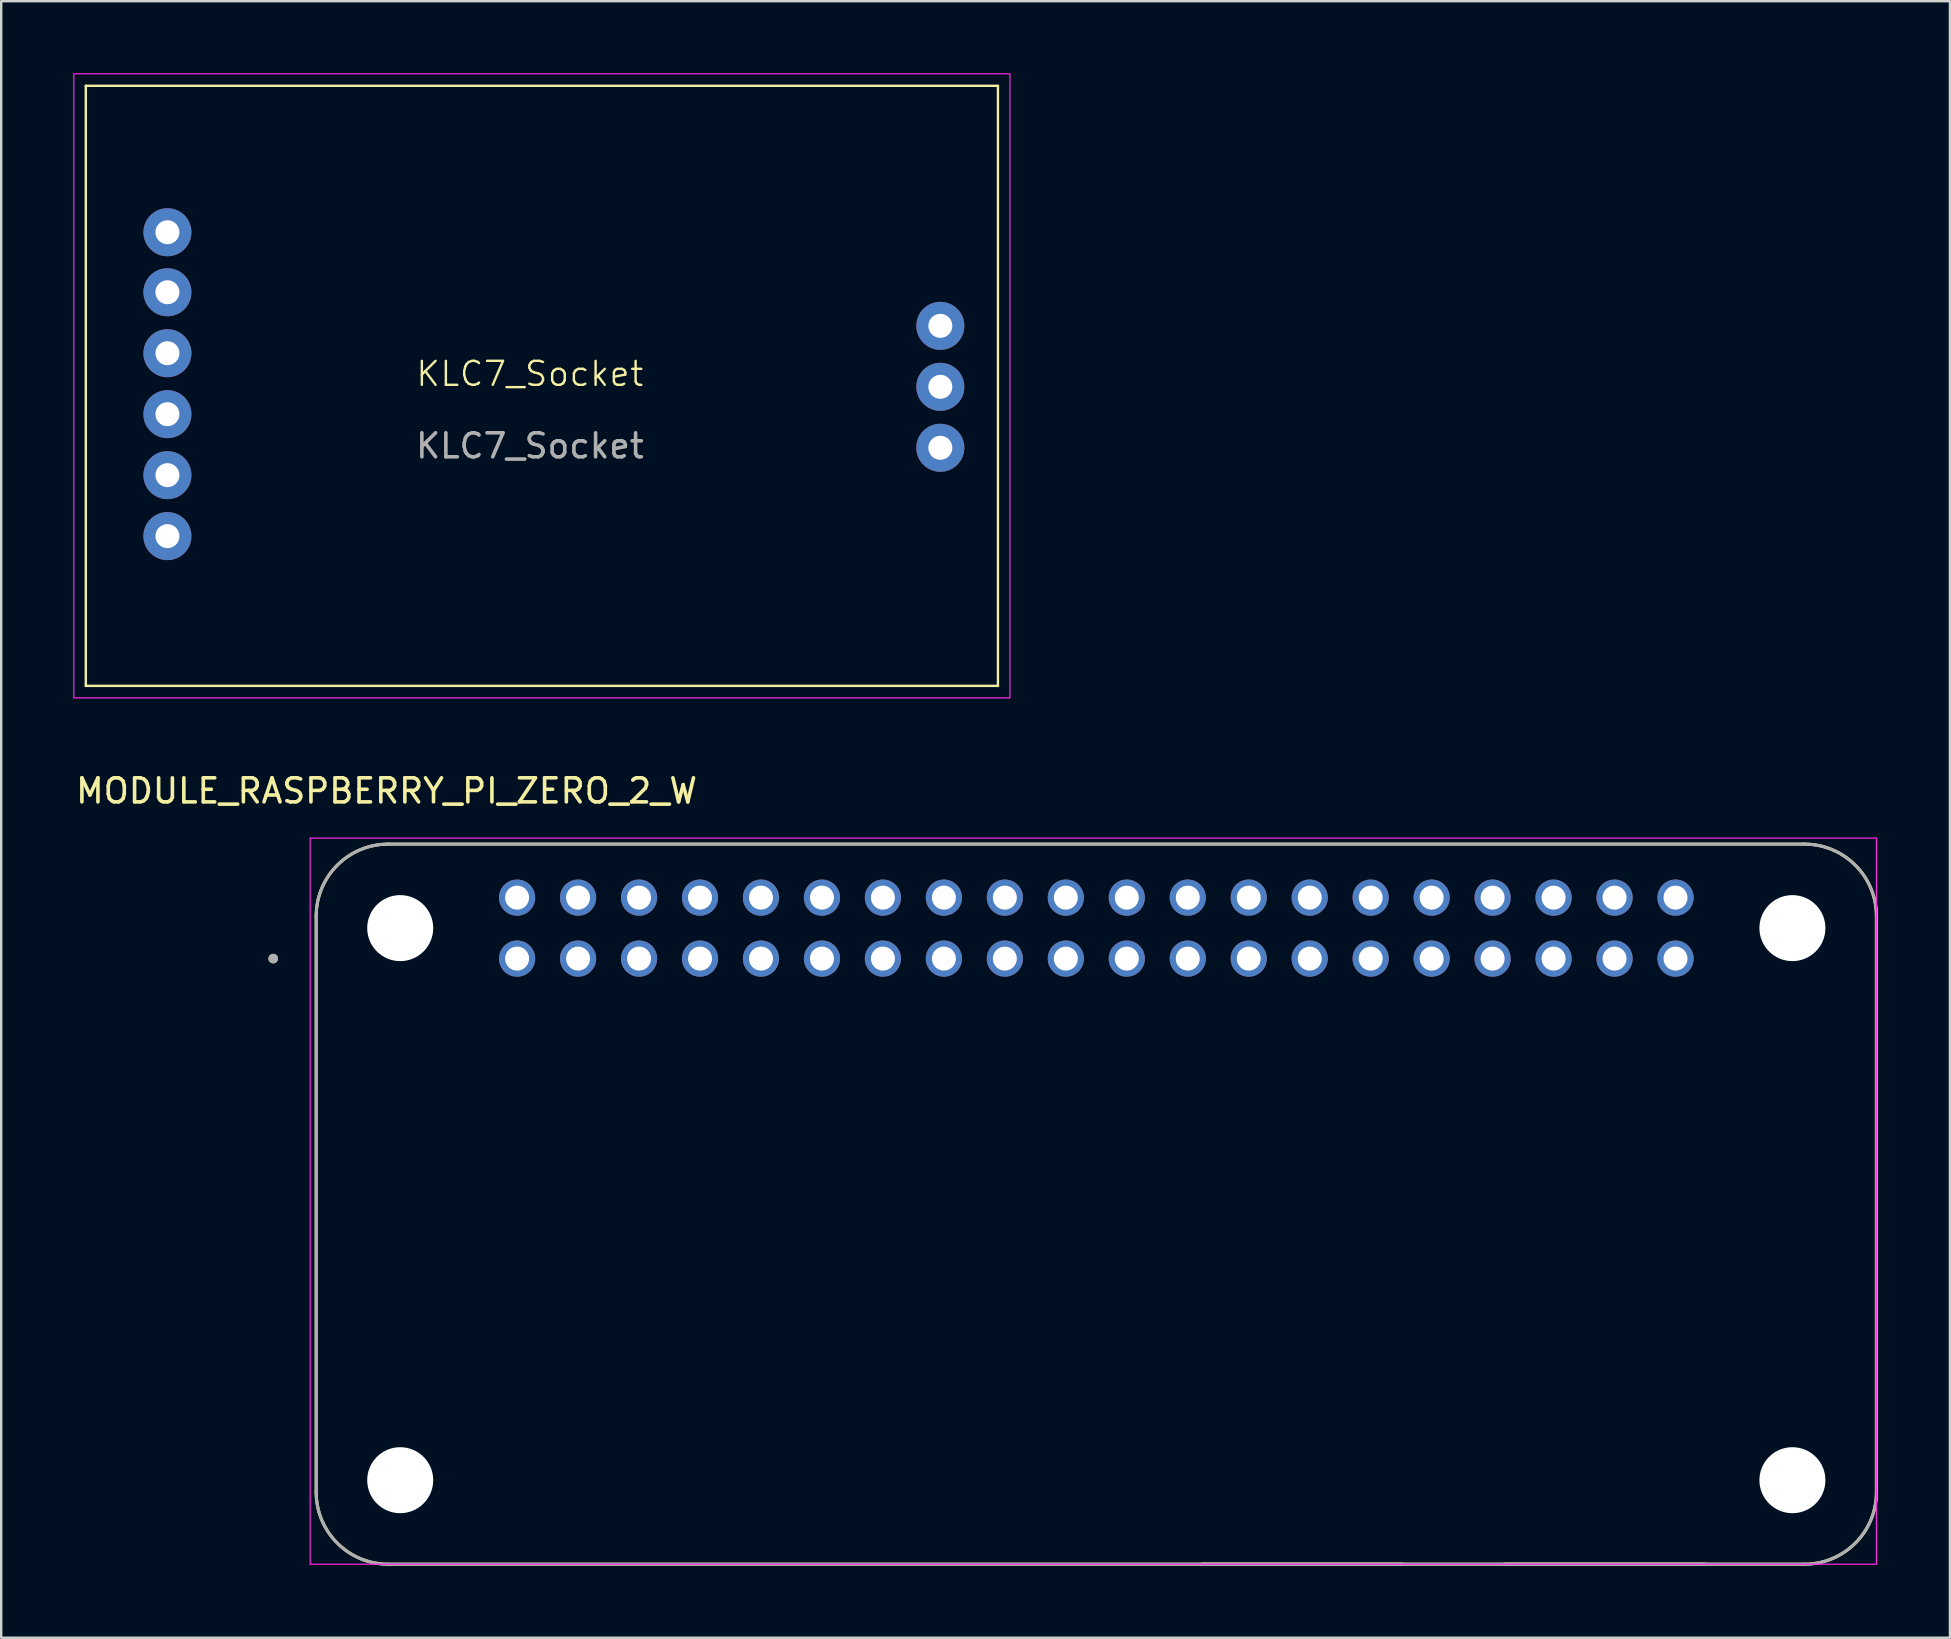
<source format=kicad_pcb>
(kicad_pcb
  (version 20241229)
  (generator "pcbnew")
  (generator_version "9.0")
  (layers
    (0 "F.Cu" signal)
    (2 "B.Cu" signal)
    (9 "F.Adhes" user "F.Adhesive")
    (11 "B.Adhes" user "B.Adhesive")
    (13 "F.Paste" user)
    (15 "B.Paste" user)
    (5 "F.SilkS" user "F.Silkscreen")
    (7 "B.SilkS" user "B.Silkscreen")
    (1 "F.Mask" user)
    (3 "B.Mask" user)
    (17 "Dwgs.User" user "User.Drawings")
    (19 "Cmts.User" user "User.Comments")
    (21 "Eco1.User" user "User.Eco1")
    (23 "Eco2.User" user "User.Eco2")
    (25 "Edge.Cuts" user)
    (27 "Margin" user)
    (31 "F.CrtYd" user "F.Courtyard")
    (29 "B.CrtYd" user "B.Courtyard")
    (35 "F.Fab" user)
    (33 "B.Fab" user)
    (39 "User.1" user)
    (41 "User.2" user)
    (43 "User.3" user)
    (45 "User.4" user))
  (footprint "MODULE_RASPBERRY_PI_ZERO_2_W"
    (layer "F.Cu")
    (at 42.623 47.116)
    (property "Reference" "MODULE_RASPBERRY_PI_ZERO_2_W" (at -29.569 -17.216 0) (layer "F.SilkS") (effects (font (size 1.002 1.002) (thickness 0.15))))
    (attr through_hole)
    (fp_line (start -32.5 -12) (end -32.5 12) (stroke (width 0.127) (type solid)) (layer "F.SilkS"))
    (fp_line (start -29.5 15) (end 29.5 15) (stroke (width 0.127) (type solid)) (layer "F.SilkS"))
    (fp_line (start 4.4 15) (end 12.75 15) (stroke (width 0.127) (type solid)) (layer "F.SilkS"))
    (fp_line (start 17 15) (end 25.35 15) (stroke (width 0.127) (type solid)) (layer "F.SilkS"))
    (fp_line (start 29.5 -15) (end -29.5 -15) (stroke (width 0.127) (type solid)) (layer "F.SilkS"))
    (fp_line (start 32.5 12) (end 32.5 -12) (stroke (width 0.127) (type solid)) (layer "F.SilkS"))
    (fp_arc (start -32.5 -12) (mid -31.62132 -14.12132) (end -29.5 -15) (stroke (width 0.127) (type solid)) (layer "F.SilkS"))
    (fp_arc (start -29.5 15) (mid -31.62132 14.12132) (end -32.5 12) (stroke (width 0.127) (type solid)) (layer "F.SilkS"))
    (fp_arc (start 29.5 -15) (mid 31.62132 -14.12132) (end 32.5 -12) (stroke (width 0.127) (type solid)) (layer "F.SilkS"))
    (fp_arc (start 32.5 12) (mid 31.62132 14.12132) (end 29.5 15) (stroke (width 0.127) (type solid)) (layer "F.SilkS"))
    (fp_circle (center -34.29 -10.23) (end -34.19 -10.23) (stroke (width 0.2) (type solid)) (fill no) (layer "F.SilkS"))
    (fp_line (start -32.75 -15.25) (end 32.5 -15.25) (stroke (width 0.05) (type solid)) (layer "F.CrtYd"))
    (fp_line (start -32.75 15) (end -32.75 -15.25) (stroke (width 0.05) (type solid)) (layer "F.CrtYd"))
    (fp_line (start 32.5 -15.25) (end 32.5 15) (stroke (width 0.05) (type solid)) (layer "F.CrtYd"))
    (fp_line (start 32.5 15) (end -32.75 15) (stroke (width 0.05) (type solid)) (layer "F.CrtYd"))
    (fp_line (start -32.5 -12) (end -32.5 12) (stroke (width 0.127) (type solid)) (layer "F.Fab"))
    (fp_line (start -29.5 15) (end 29.5 15) (stroke (width 0.127) (type solid)) (layer "F.Fab"))
    (fp_line (start 4.4 15) (end 12.75 15) (stroke (width 0.127) (type solid)) (layer "F.Fab"))
    (fp_line (start 17 15) (end 25.35 15) (stroke (width 0.127) (type solid)) (layer "F.Fab"))
    (fp_line (start 29.5 -15) (end -29.5 -15) (stroke (width 0.127) (type solid)) (layer "F.Fab"))
    (fp_line (start 32.5 12) (end 32.5 -12) (stroke (width 0.127) (type solid)) (layer "F.Fab"))
    (fp_arc (start -32.5 -12) (mid -31.62132 -14.12132) (end -29.5 -15) (stroke (width 0.127) (type solid)) (layer "F.Fab"))
    (fp_arc (start -29.5 15) (mid -31.62132 14.12132) (end -32.5 12) (stroke (width 0.127) (type solid)) (layer "F.Fab"))
    (fp_arc (start 29.5 -15) (mid 31.62132 -14.12132) (end 32.5 -12) (stroke (width 0.127) (type solid)) (layer "F.Fab"))
    (fp_arc (start 32.5 12) (mid 31.62132 14.12132) (end 29.5 15) (stroke (width 0.127) (type solid)) (layer "F.Fab"))
    (fp_circle (center -34.29 -10.23) (end -34.19 -10.23) (stroke (width 0.2) (type solid)) (fill no) (layer "F.Fab"))
    (pad "" np_thru_hole circle (at -29 -11.5) (size 2.75 2.75) (drill 2.75) (layers "*.Cu" "*.Mask"))
    (pad "" np_thru_hole circle (at -29 11.5) (size 2.75 2.75) (drill 2.75) (layers "*.Cu" "*.Mask"))
    (pad "" np_thru_hole circle (at 29 -11.5) (size 2.75 2.75) (drill 2.75) (layers "*.Cu" "*.Mask"))
    (pad "" np_thru_hole circle (at 29 11.5) (size 2.75 2.75) (drill 2.75) (layers "*.Cu" "*.Mask"))
    (pad "1" thru_hole circle (at -24.13 -10.23) (size 1.508 1.508) (drill 1) (layers "*.Cu" "*.Mask"))
    (pad "2" thru_hole circle (at -24.13 -12.77) (size 1.508 1.508) (drill 1) (layers "*.Cu" "*.Mask"))
    (pad "3" thru_hole circle (at -21.59 -10.23) (size 1.508 1.508) (drill 1) (layers "*.Cu" "*.Mask"))
    (pad "4" thru_hole circle (at -21.59 -12.77) (size 1.508 1.508) (drill 1) (layers "*.Cu" "*.Mask"))
    (pad "5" thru_hole circle (at -19.05 -10.23) (size 1.508 1.508) (drill 1) (layers "*.Cu" "*.Mask"))
    (pad "6" thru_hole circle (at -19.05 -12.77) (size 1.508 1.508) (drill 1) (layers "*.Cu" "*.Mask"))
    (pad "7" thru_hole circle (at -16.51 -10.23) (size 1.508 1.508) (drill 1) (layers "*.Cu" "*.Mask"))
    (pad "8" thru_hole circle (at -16.51 -12.77) (size 1.508 1.508) (drill 1) (layers "*.Cu" "*.Mask"))
    (pad "9" thru_hole circle (at -13.97 -10.23) (size 1.508 1.508) (drill 1) (layers "*.Cu" "*.Mask"))
    (pad "10" thru_hole circle (at -13.97 -12.77) (size 1.508 1.508) (drill 1) (layers "*.Cu" "*.Mask"))
    (pad "11" thru_hole circle (at -11.43 -10.23) (size 1.508 1.508) (drill 1) (layers "*.Cu" "*.Mask"))
    (pad "12" thru_hole circle (at -11.43 -12.77) (size 1.508 1.508) (drill 1) (layers "*.Cu" "*.Mask"))
    (pad "13" thru_hole circle (at -8.89 -10.23) (size 1.508 1.508) (drill 1) (layers "*.Cu" "*.Mask"))
    (pad "14" thru_hole circle (at -8.89 -12.77) (size 1.508 1.508) (drill 1) (layers "*.Cu" "*.Mask"))
    (pad "15" thru_hole circle (at -6.35 -10.23) (size 1.508 1.508) (drill 1) (layers "*.Cu" "*.Mask"))
    (pad "16" thru_hole circle (at -6.35 -12.77) (size 1.508 1.508) (drill 1) (layers "*.Cu" "*.Mask"))
    (pad "17" thru_hole circle (at -3.81 -10.23) (size 1.508 1.508) (drill 1) (layers "*.Cu" "*.Mask"))
    (pad "18" thru_hole circle (at -3.81 -12.77) (size 1.508 1.508) (drill 1) (layers "*.Cu" "*.Mask"))
    (pad "19" thru_hole circle (at -1.27 -10.23) (size 1.508 1.508) (drill 1) (layers "*.Cu" "*.Mask"))
    (pad "20" thru_hole circle (at -1.27 -12.77) (size 1.508 1.508) (drill 1) (layers "*.Cu" "*.Mask"))
    (pad "21" thru_hole circle (at 1.27 -10.23) (size 1.508 1.508) (drill 1) (layers "*.Cu" "*.Mask"))
    (pad "22" thru_hole circle (at 1.27 -12.77) (size 1.508 1.508) (drill 1) (layers "*.Cu" "*.Mask"))
    (pad "23" thru_hole circle (at 3.81 -10.23) (size 1.508 1.508) (drill 1) (layers "*.Cu" "*.Mask"))
    (pad "24" thru_hole circle (at 3.81 -12.77) (size 1.508 1.508) (drill 1) (layers "*.Cu" "*.Mask"))
    (pad "25" thru_hole circle (at 6.35 -10.23) (size 1.508 1.508) (drill 1) (layers "*.Cu" "*.Mask"))
    (pad "26" thru_hole circle (at 6.35 -12.77) (size 1.508 1.508) (drill 1) (layers "*.Cu" "*.Mask"))
    (pad "27" thru_hole circle (at 8.89 -10.23) (size 1.508 1.508) (drill 1) (layers "*.Cu" "*.Mask"))
    (pad "28" thru_hole circle (at 8.89 -12.77) (size 1.508 1.508) (drill 1) (layers "*.Cu" "*.Mask"))
    (pad "29" thru_hole circle (at 11.43 -10.23) (size 1.508 1.508) (drill 1) (layers "*.Cu" "*.Mask"))
    (pad "30" thru_hole circle (at 11.43 -12.77) (size 1.508 1.508) (drill 1) (layers "*.Cu" "*.Mask"))
    (pad "31" thru_hole circle (at 13.97 -10.23) (size 1.508 1.508) (drill 1) (layers "*.Cu" "*.Mask"))
    (pad "32" thru_hole circle (at 13.97 -12.77) (size 1.508 1.508) (drill 1) (layers "*.Cu" "*.Mask"))
    (pad "33" thru_hole circle (at 16.51 -10.23) (size 1.508 1.508) (drill 1) (layers "*.Cu" "*.Mask"))
    (pad "34" thru_hole circle (at 16.51 -12.77) (size 1.508 1.508) (drill 1) (layers "*.Cu" "*.Mask"))
    (pad "35" thru_hole circle (at 19.05 -10.23) (size 1.508 1.508) (drill 1) (layers "*.Cu" "*.Mask"))
    (pad "36" thru_hole circle (at 19.05 -12.77) (size 1.508 1.508) (drill 1) (layers "*.Cu" "*.Mask"))
    (pad "37" thru_hole circle (at 21.59 -10.23) (size 1.508 1.508) (drill 1) (layers "*.Cu" "*.Mask"))
    (pad "38" thru_hole circle (at 21.59 -12.77) (size 1.508 1.508) (drill 1) (layers "*.Cu" "*.Mask"))
    (pad "39" thru_hole circle (at 24.13 -10.23) (size 1.508 1.508) (drill 1) (layers "*.Cu" "*.Mask"))
    (pad "40" thru_hole circle (at 24.13 -12.77) (size 1.508 1.508) (drill 1) (layers "*.Cu" "*.Mask")))
  (footprint "KLC7_Socket"
    (layer "F.Cu")
    (at 19.525 25.525)
    (property "Reference" "KLC7_Socket" (at -0.5 -13 0) (unlocked yes) (layer "F.SilkS") (effects (font (size 1 1) (thickness 0.1))))
    (attr smd)
    (fp_line (start -19 -25) (end 19 -25) (stroke (width 0.1) (type default)) (layer "F.SilkS"))
    (fp_line (start -19 0) (end -19 -25) (stroke (width 0.1) (type default)) (layer "F.SilkS"))
    (fp_line (start 19 -25) (end 19 0) (stroke (width 0.1) (type default)) (layer "F.SilkS"))
    (fp_line (start 19 0) (end -19 0) (stroke (width 0.1) (type default)) (layer "F.SilkS"))
    (fp_rect (start -19.5 -25.5) (end 19.5 0.5) (stroke (width 0.05) (type default)) (fill no) (layer "F.CrtYd"))
    (fp_text user "${REFERENCE}" (at -0.5 -10 0) (unlocked yes) (layer "F.Fab") (effects (font (size 1 1) (thickness 0.15))))
    (pad "1" thru_hole circle (at -15.6 -18.9) (size 2 2) (drill 1) (layers "*.Cu" "*.Mask"))
    (pad "2" thru_hole circle (at -15.6 -16.4) (size 2 2) (drill 1) (layers "*.Cu" "*.Mask"))
    (pad "3" thru_hole circle (at -15.6 -13.86) (size 2 2) (drill 1) (layers "*.Cu" "*.Mask"))
    (pad "4" thru_hole circle (at -15.6 -11.32) (size 2 2) (drill 1) (layers "*.Cu" "*.Mask"))
    (pad "5" thru_hole circle (at -15.6 -8.78) (size 2 2) (drill 1) (layers "*.Cu" "*.Mask"))
    (pad "6" thru_hole circle (at -15.6 -6.24) (size 2 2) (drill 1) (layers "*.Cu" "*.Mask"))
    (pad "7" thru_hole circle (at 16.6 -9.92 90) (size 2 2) (drill 1) (layers "*.Cu" "*.Mask"))
    (pad "8" thru_hole circle (at 16.6 -12.46 90) (size 2 2) (drill 1) (layers "*.Cu" "*.Mask"))
    (pad "9" thru_hole circle (at 16.6 -15 90) (size 2 2) (drill 1) (layers "*.Cu" "*.Mask")))
  (gr_rect
    (start -3 -3)
    (end 78.186 65.179)
    (stroke (width 0.1) (type default))
    (fill no)
    (layer "Edge.Cuts")))
</source>
